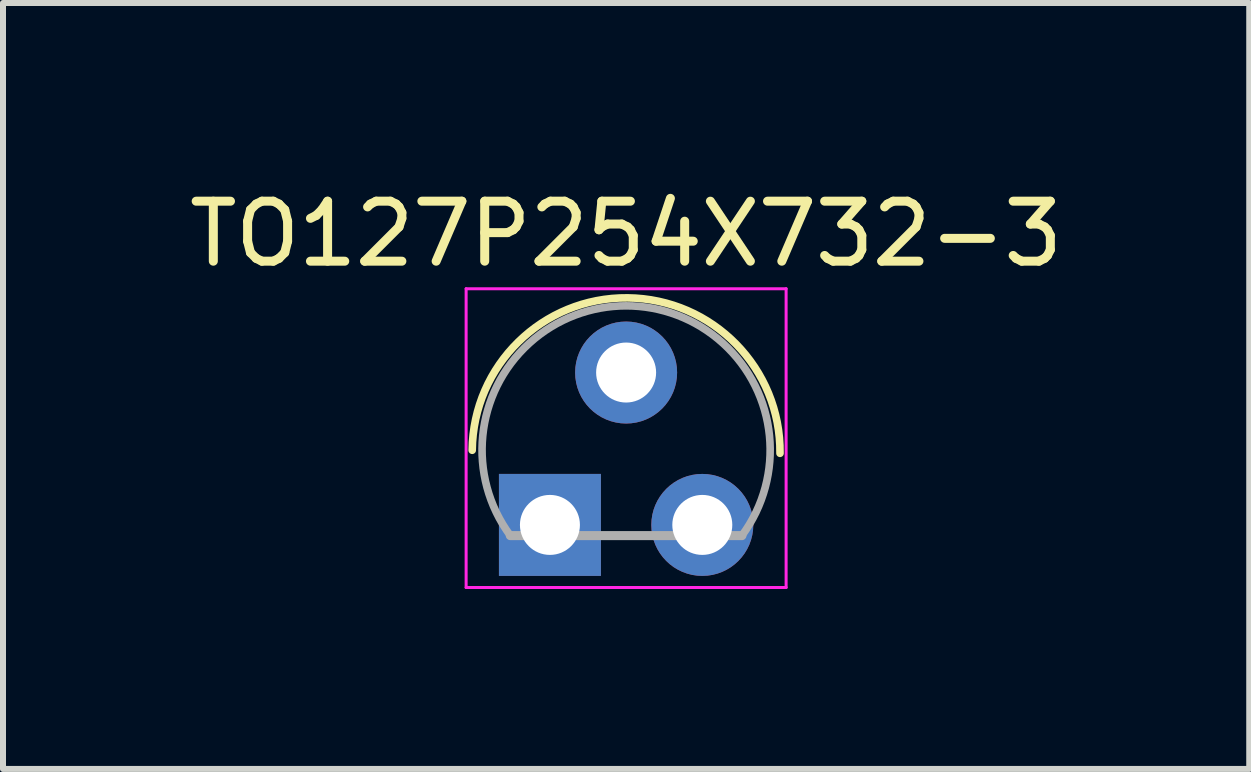
<source format=kicad_pcb>
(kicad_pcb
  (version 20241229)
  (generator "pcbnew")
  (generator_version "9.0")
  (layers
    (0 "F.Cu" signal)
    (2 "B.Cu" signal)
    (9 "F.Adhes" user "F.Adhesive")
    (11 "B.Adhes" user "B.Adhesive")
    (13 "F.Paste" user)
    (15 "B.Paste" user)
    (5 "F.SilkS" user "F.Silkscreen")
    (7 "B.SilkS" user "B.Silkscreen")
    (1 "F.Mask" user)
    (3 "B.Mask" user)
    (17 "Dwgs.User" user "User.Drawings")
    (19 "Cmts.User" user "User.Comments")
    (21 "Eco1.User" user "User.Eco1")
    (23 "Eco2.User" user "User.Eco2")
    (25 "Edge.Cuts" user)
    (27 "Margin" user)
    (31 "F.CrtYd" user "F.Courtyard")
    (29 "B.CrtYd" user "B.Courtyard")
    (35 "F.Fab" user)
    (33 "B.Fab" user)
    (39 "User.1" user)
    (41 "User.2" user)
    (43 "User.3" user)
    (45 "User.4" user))
  (footprint "TO127P254X732-3"
    (layer "F.Cu")
    (at 7.387 3.16)
    (property "Reference" "TO127P254X732-3" (at 0 -2.311 0) (layer "F.SilkS") (effects (font (size 1 1) (thickness 0.15))))
    (attr through_hole)
    (fp_arc (start -2.565572 1.295407) (mid 0.025397 -1.253382) (end 2.5654 1.3462) (stroke (width 0.127) (type solid)) (layer "F.SilkS"))
    (fp_line (start -2.667 -1.397) (end 2.667 -1.397) (stroke (width 0.05) (type solid)) (layer "F.CrtYd"))
    (fp_line (start -2.667 3.583) (end -2.667 -1.397) (stroke (width 0.05) (type solid)) (layer "F.CrtYd"))
    (fp_line (start 2.667 -1.397) (end 2.667 3.583) (stroke (width 0.05) (type solid)) (layer "F.CrtYd"))
    (fp_line (start 2.667 3.583) (end -2.667 3.583) (stroke (width 0.05) (type solid)) (layer "F.CrtYd"))
    (fp_line (start -1.93 2.718) (end 1.93 2.718) (stroke (width 0.152) (type solid)) (layer "F.Fab"))
    (fp_arc (start -1.9304 2.7178) (mid 0 -1.112044) (end 1.9304 2.7178) (stroke (width 0.127) (type solid)) (layer "F.Fab"))
    (pad "1" thru_hole rect (at -1.27 2.54) (size 1.7 1.7) (drill 1) (layers "*.Cu" "*.Mask"))
    (pad "2" thru_hole circle (at 0 0) (size 1.7 1.7) (drill 1) (layers "*.Cu" "*.Mask"))
    (pad "3" thru_hole circle (at 1.27 2.54) (size 1.7 1.7) (drill 1) (layers "*.Cu" "*.Mask")))
  (gr_rect
    (start -3 -3)
    (end 17.774 9.768)
    (stroke (width 0.1) (type default))
    (fill no)
    (layer "Edge.Cuts")))
</source>
